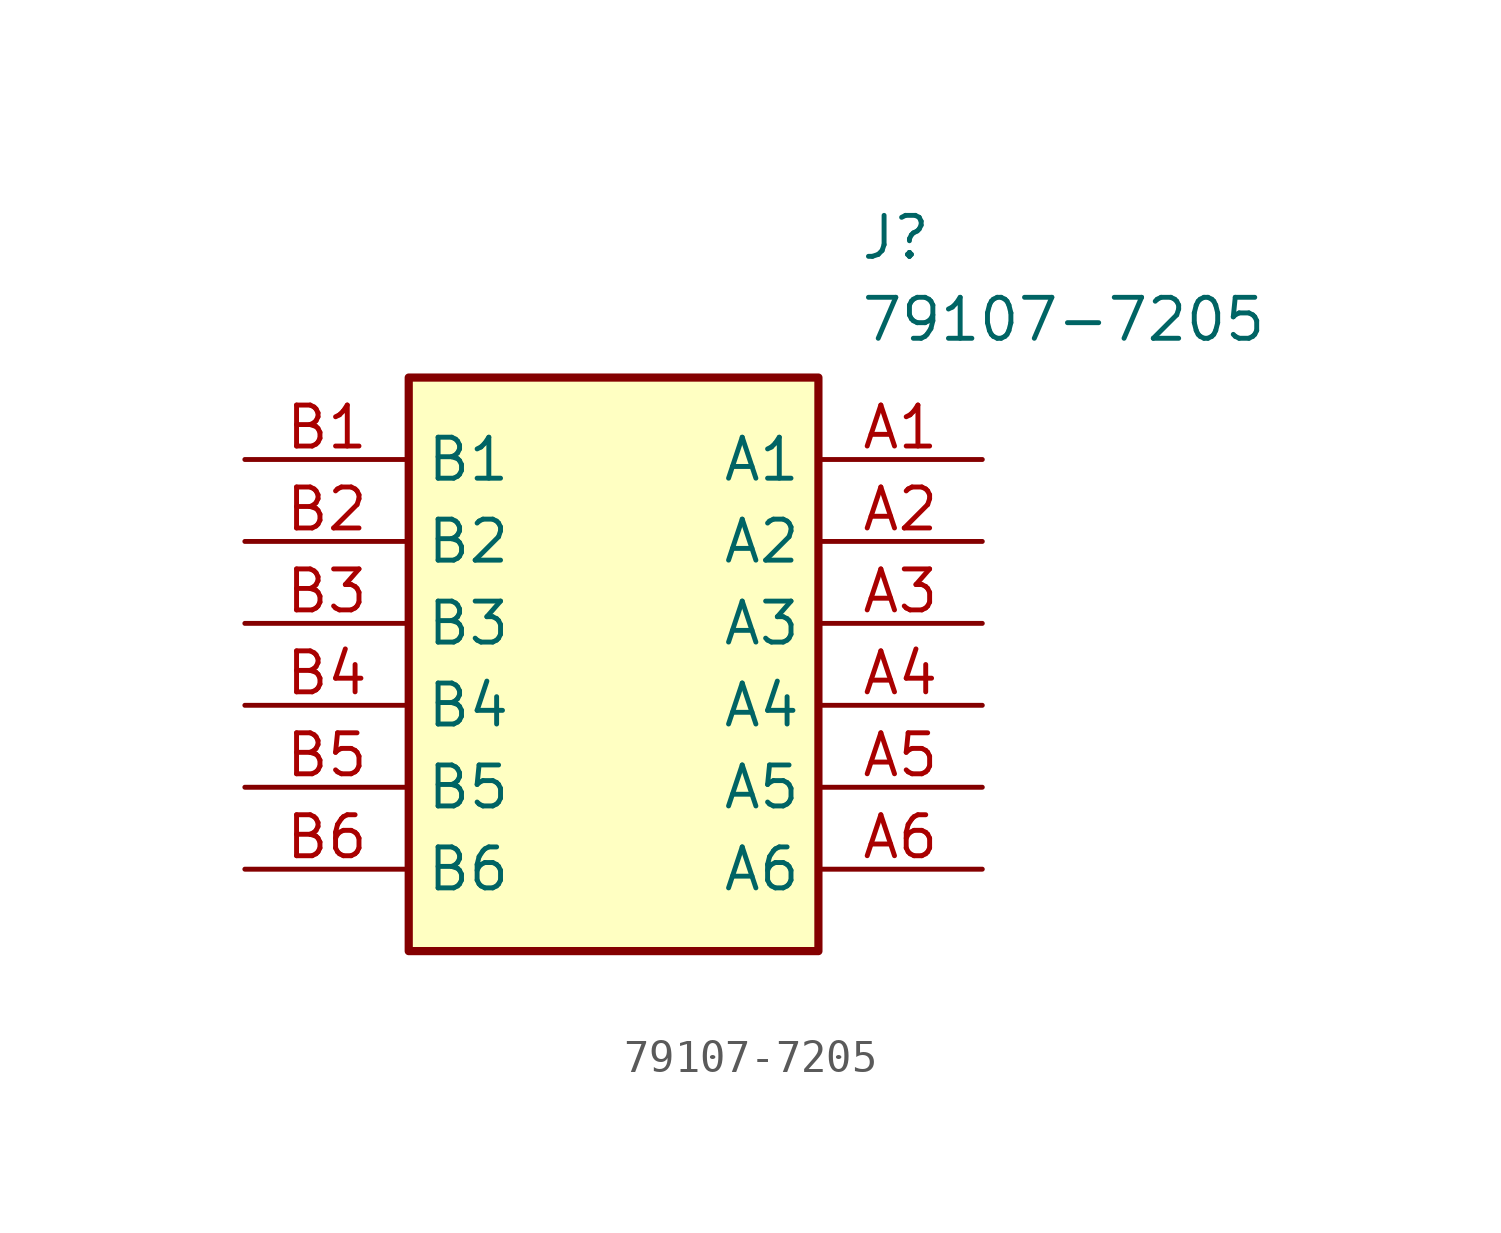
<source format=kicad_sym>
(kicad_symbol_lib
  (version 20211014)
  (generator SamacSys_ECAD_Model)
  (symbol "79107-7205"
    (property "Reference" "J"
      (at 19.05 7.62 0)
      (effects (font (size 1.27 1.27)) (justify left top)))
    (property "Value" "79107-7205"
      (at 19.05 5.08 0)
      (effects (font (size 1.27 1.27)) (justify left top)))
    (rectangle
      (start 5.08 2.54)
      (end 17.78 -15.24)
      (stroke (width 0.254) (type default))
      (fill (type background)))
    (pin passive line
      (at 22.86 0 180)
      (length 5.08)
      (name "A1" (effects (font (size 1.27 1.27))))
      (number "A1" (effects (font (size 1.27 1.27)))))
    (pin passive line
      (at 22.86 -2.54 180)
      (length 5.08)
      (name "A2" (effects (font (size 1.27 1.27))))
      (number "A2" (effects (font (size 1.27 1.27)))))
    (pin passive line
      (at 22.86 -5.08 180)
      (length 5.08)
      (name "A3" (effects (font (size 1.27 1.27))))
      (number "A3" (effects (font (size 1.27 1.27)))))
    (pin passive line
      (at 22.86 -7.62 180)
      (length 5.08)
      (name "A4" (effects (font (size 1.27 1.27))))
      (number "A4" (effects (font (size 1.27 1.27)))))
    (pin passive line
      (at 22.86 -10.16 180)
      (length 5.08)
      (name "A5" (effects (font (size 1.27 1.27))))
      (number "A5" (effects (font (size 1.27 1.27)))))
    (pin passive line
      (at 22.86 -12.7 180)
      (length 5.08)
      (name "A6" (effects (font (size 1.27 1.27))))
      (number "A6" (effects (font (size 1.27 1.27)))))
    (pin passive line
      (at 0 0 0)
      (length 5.08)
      (name "B1" (effects (font (size 1.27 1.27))))
      (number "B1" (effects (font (size 1.27 1.27)))))
    (pin passive line
      (at 0 -2.54 0)
      (length 5.08)
      (name "B2" (effects (font (size 1.27 1.27))))
      (number "B2" (effects (font (size 1.27 1.27)))))
    (pin passive line
      (at 0 -5.08 0)
      (length 5.08)
      (name "B3" (effects (font (size 1.27 1.27))))
      (number "B3" (effects (font (size 1.27 1.27)))))
    (pin passive line
      (at 0 -7.62 0)
      (length 5.08)
      (name "B4" (effects (font (size 1.27 1.27))))
      (number "B4" (effects (font (size 1.27 1.27)))))
    (pin passive line
      (at 0 -10.16 0)
      (length 5.08)
      (name "B5" (effects (font (size 1.27 1.27))))
      (number "B5" (effects (font (size 1.27 1.27)))))
    (pin passive line
      (at 0 -12.7 0)
      (length 5.08)
      (name "B6" (effects (font (size 1.27 1.27))))
      (number "B6" (effects (font (size 1.27 1.27)))))))
</source>
